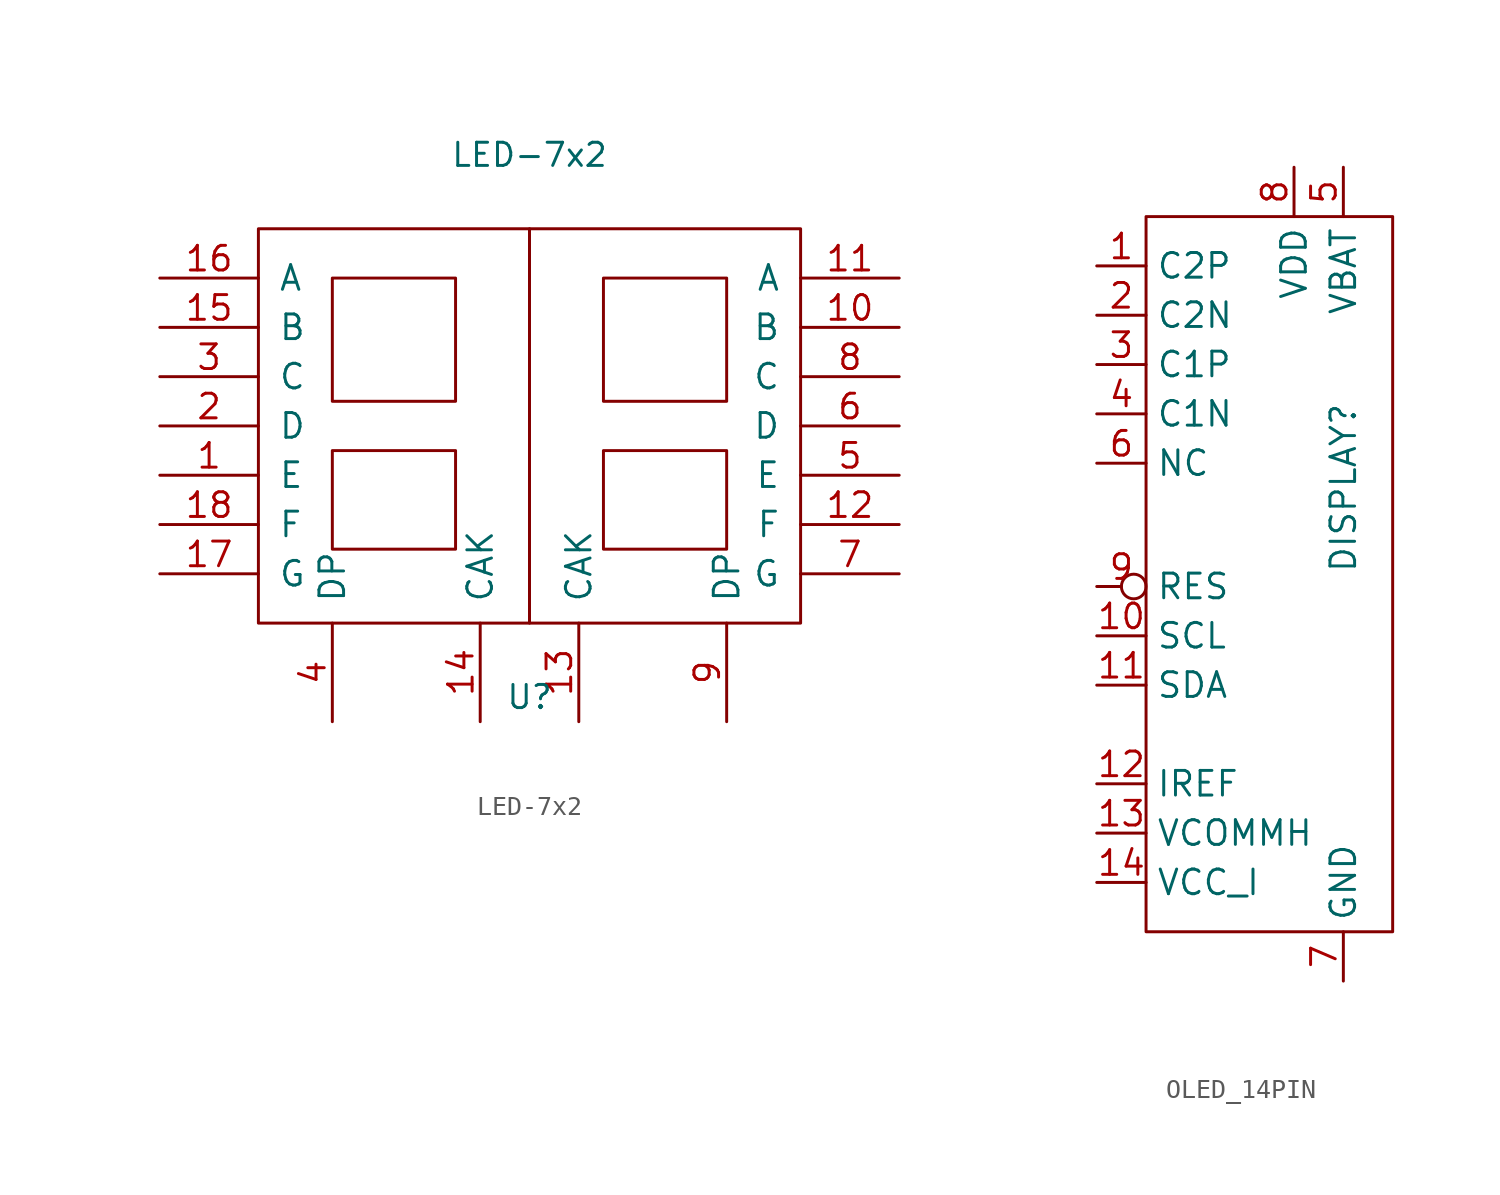
<source format=kicad_sym>
(kicad_symbol_lib
  (version 20220914)
  (generator kicad_symbol_editor)
  (symbol "LED-7x2"
    (pin_names
      (offset 1.016))
    (property "Reference" "U"
      (at 0 -13.97 0)
      (effects (font (size 1.194 1.194))))
    (property "Value" "LED-7x2"
      (at 0 13.97 0)
      (effects (font (size 1.194 1.194))))
    (property "Footprint" ""
      (at -5.08 0 0)
      (effects (font (size 1.194 1.194))))
    (property "Datasheet" ""
      (at -5.08 0 0)
      (effects (font (size 1.194 1.194))))
    (symbol "LED-7x2_0_1"
      (rectangle (start -13.97 10.16) (end 0 -10.16) (stroke (width 0) (type solid)) (fill (type none)))
      (polyline (pts (xy -10.16 -1.27) (xy -3.81 -1.27) (xy -3.81 -6.35) (xy -10.16 -6.35) (xy -10.16 -1.27)) (stroke (width 0) (type solid)) (fill (type none)))
      (polyline (pts (xy -10.16 7.62) (xy -3.81 7.62) (xy -3.81 1.27) (xy -10.16 1.27) (xy -10.16 7.62)) (stroke (width 0) (type solid)) (fill (type none)))
      (polyline (pts (xy 3.81 -1.27) (xy 10.16 -1.27) (xy 10.16 -6.35) (xy 3.81 -6.35) (xy 3.81 -1.27)) (stroke (width 0) (type solid)) (fill (type none)))
      (polyline (pts (xy 3.81 7.62) (xy 10.16 7.62) (xy 10.16 1.27) (xy 3.81 1.27) (xy 3.81 7.62)) (stroke (width 0) (type solid)) (fill (type none)))
      (rectangle (start 0 10.16) (end 13.97 -10.16) (stroke (width 0) (type solid)) (fill (type none))))
    (symbol "LED-7x2_1_1"
      (pin input line (at -19.05 -2.54 0) (length 5.08) (name "E" (effects (font (size 1.27 1.27)))) (number "1" (effects (font (size 1.27 1.27)))))
      (pin input line (at 19.05 5.08 180) (length 5.08) (name "B" (effects (font (size 1.27 1.27)))) (number "10" (effects (font (size 1.27 1.27)))))
      (pin input line (at 19.05 7.62 180) (length 5.08) (name "A" (effects (font (size 1.27 1.27)))) (number "11" (effects (font (size 1.27 1.27)))))
      (pin input line (at 19.05 -5.08 180) (length 5.08) (name "F" (effects (font (size 1.27 1.27)))) (number "12" (effects (font (size 1.27 1.27)))))
      (pin input line (at 2.54 -15.24 90) (length 5.08) (name "CAK" (effects (font (size 1.27 1.27)))) (number "13" (effects (font (size 1.27 1.27)))))
      (pin input line (at -2.54 -15.24 90) (length 5.08) (name "CAK" (effects (font (size 1.27 1.27)))) (number "14" (effects (font (size 1.27 1.27)))))
      (pin input line (at -19.05 5.08 0) (length 5.08) (name "B" (effects (font (size 1.27 1.27)))) (number "15" (effects (font (size 1.27 1.27)))))
      (pin input line (at -19.05 7.62 0) (length 5.08) (name "A" (effects (font (size 1.27 1.27)))) (number "16" (effects (font (size 1.27 1.27)))))
      (pin input line (at -19.05 -7.62 0) (length 5.08) (name "G" (effects (font (size 1.27 1.27)))) (number "17" (effects (font (size 1.27 1.27)))))
      (pin input line (at -19.05 -5.08 0) (length 5.08) (name "F" (effects (font (size 1.27 1.27)))) (number "18" (effects (font (size 1.27 1.27)))))
      (pin input line (at -19.05 0 0) (length 5.08) (name "D" (effects (font (size 1.27 1.27)))) (number "2" (effects (font (size 1.27 1.27)))))
      (pin input line (at -19.05 2.54 0) (length 5.08) (name "C" (effects (font (size 1.27 1.27)))) (number "3" (effects (font (size 1.27 1.27)))))
      (pin input line (at -10.16 -15.24 90) (length 5.08) (name "DP" (effects (font (size 1.27 1.27)))) (number "4" (effects (font (size 1.27 1.27)))))
      (pin input line (at 19.05 -2.54 180) (length 5.08) (name "E" (effects (font (size 1.27 1.27)))) (number "5" (effects (font (size 1.27 1.27)))))
      (pin input line (at 19.05 0 180) (length 5.08) (name "D" (effects (font (size 1.27 1.27)))) (number "6" (effects (font (size 1.27 1.27)))))
      (pin input line (at 19.05 -7.62 180) (length 5.08) (name "G" (effects (font (size 1.27 1.27)))) (number "7" (effects (font (size 1.27 1.27)))))
      (pin input line (at 19.05 2.54 180) (length 5.08) (name "C" (effects (font (size 1.27 1.27)))) (number "8" (effects (font (size 1.27 1.27)))))
      (pin input line (at 10.16 -15.24 90) (length 5.08) (name "DP" (effects (font (size 1.27 1.27)))) (number "9" (effects (font (size 1.27 1.27)))))))
  (symbol "OLED_14PIN"
    (property "Reference" "DISPLAY"
      (at 3.81 2.54 90)
      (effects (font (size 1.27 1.27))))
    (property "Value" ""
      (at 0 0 0)
      (effects (font (size 1.27 1.27))))
    (symbol "OLED_14PIN_0_1"
      (rectangle (start -6.35 16.51) (end 6.35 -20.32) (stroke (width 0) (type default)) (fill (type none))))
    (symbol "OLED_14PIN_1_1"
      (pin passive line (at -8.89 13.97 0) (length 2.54) (name "C2P" (effects (font (size 1.27 1.27)))) (number "1" (effects (font (size 1.27 1.27)))))
      (pin open_emitter line (at -8.89 -5.08 0) (length 2.54) (name "SCL" (effects (font (size 1.27 1.27)))) (number "10" (effects (font (size 1.27 1.27)))))
      (pin open_emitter line (at -8.89 -7.62 0) (length 2.54) (name "SDA" (effects (font (size 1.27 1.27)))) (number "11" (effects (font (size 1.27 1.27)))))
      (pin input line (at -8.89 -12.7 0) (length 2.54) (name "IREF" (effects (font (size 1.27 1.27)))) (number "12" (effects (font (size 1.27 1.27)))))
      (pin passive line (at -8.89 -15.24 0) (length 2.54) (name "VCOMMH" (effects (font (size 1.27 1.27)))) (number "13" (effects (font (size 1.27 1.27)))))
      (pin power_in line (at -8.89 -17.78 0) (length 2.54) (name "VCC_I" (effects (font (size 1.27 1.27)))) (number "14" (effects (font (size 1.27 1.27)))))
      (pin passive line (at -8.89 11.43 0) (length 2.54) (name "C2N" (effects (font (size 1.27 1.27)))) (number "2" (effects (font (size 1.27 1.27)))))
      (pin passive line (at -8.89 8.89 0) (length 2.54) (name "C1P" (effects (font (size 1.27 1.27)))) (number "3" (effects (font (size 1.27 1.27)))))
      (pin passive line (at -8.89 6.35 0) (length 2.54) (name "C1N" (effects (font (size 1.27 1.27)))) (number "4" (effects (font (size 1.27 1.27)))))
      (pin power_in line (at 3.81 19.05 270) (length 2.54) (name "VBAT" (effects (font (size 1.27 1.27)))) (number "5" (effects (font (size 1.27 1.27)))))
      (pin free line (at -8.89 3.81 0) (length 2.54) (name "NC" (effects (font (size 1.27 1.27)))) (number "6" (effects (font (size 1.27 1.27)))))
      (pin power_in line (at 3.81 -22.86 90) (length 2.54) (name "GND" (effects (font (size 1.27 1.27)))) (number "7" (effects (font (size 1.27 1.27)))))
      (pin power_in line (at 1.27 19.05 270) (length 2.54) (name "VDD" (effects (font (size 1.27 1.27)))) (number "8" (effects (font (size 1.27 1.27)))))
      (pin input inverted (at -8.89 -2.54 0) (length 2.54) (name "RES" (effects (font (size 1.27 1.27)))) (number "9" (effects (font (size 1.27 1.27))))))))
</source>
